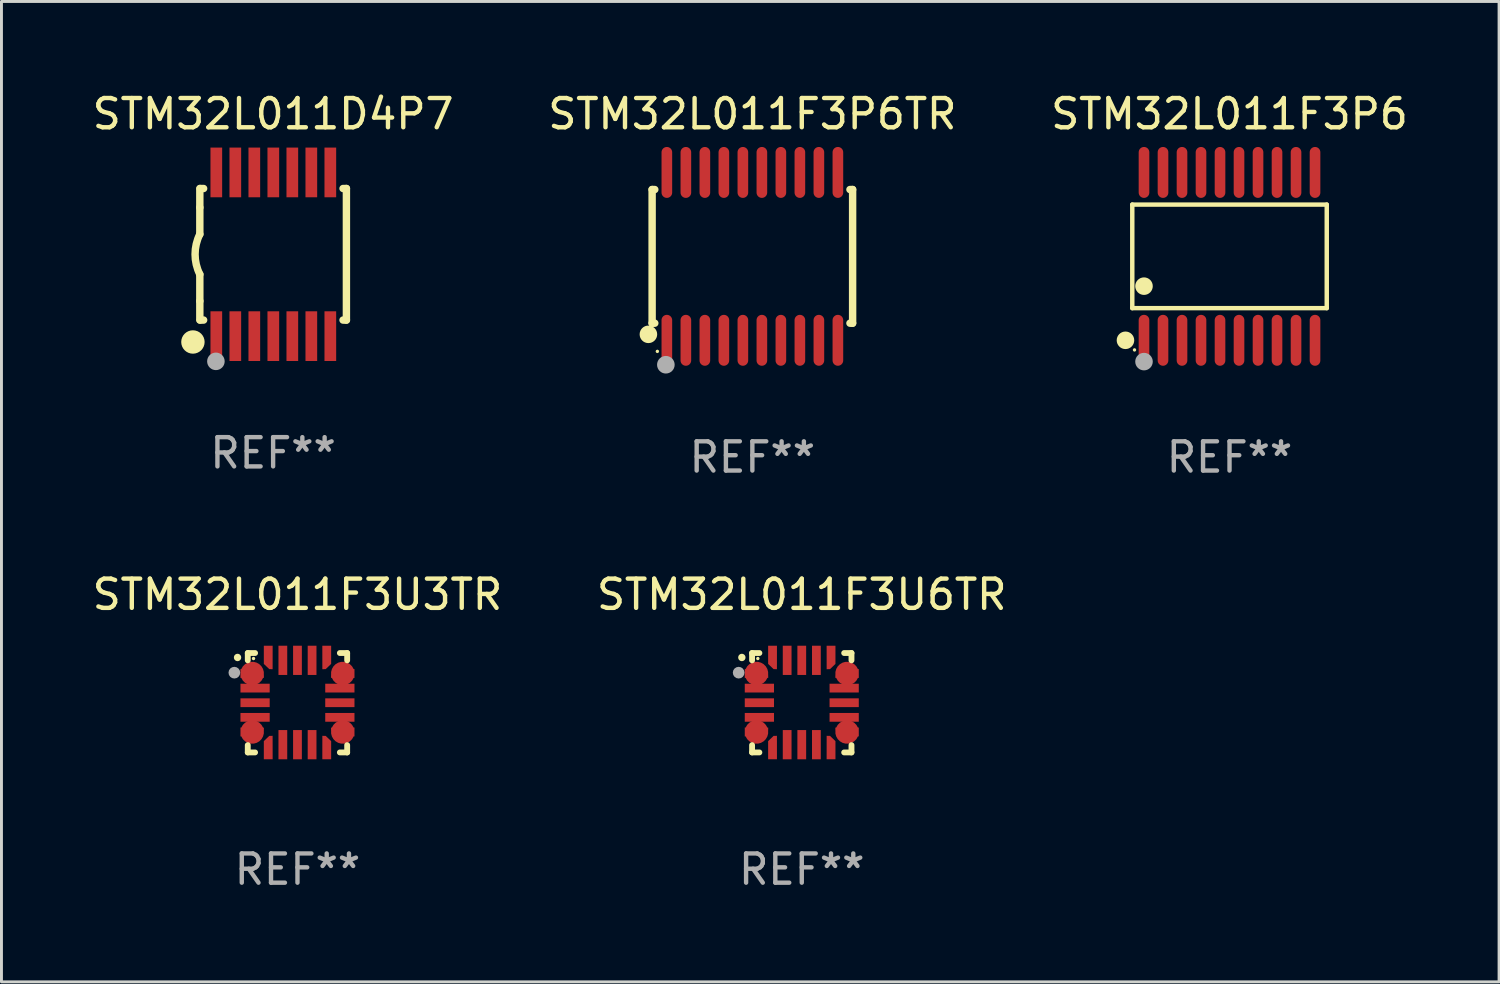
<source format=kicad_pcb>
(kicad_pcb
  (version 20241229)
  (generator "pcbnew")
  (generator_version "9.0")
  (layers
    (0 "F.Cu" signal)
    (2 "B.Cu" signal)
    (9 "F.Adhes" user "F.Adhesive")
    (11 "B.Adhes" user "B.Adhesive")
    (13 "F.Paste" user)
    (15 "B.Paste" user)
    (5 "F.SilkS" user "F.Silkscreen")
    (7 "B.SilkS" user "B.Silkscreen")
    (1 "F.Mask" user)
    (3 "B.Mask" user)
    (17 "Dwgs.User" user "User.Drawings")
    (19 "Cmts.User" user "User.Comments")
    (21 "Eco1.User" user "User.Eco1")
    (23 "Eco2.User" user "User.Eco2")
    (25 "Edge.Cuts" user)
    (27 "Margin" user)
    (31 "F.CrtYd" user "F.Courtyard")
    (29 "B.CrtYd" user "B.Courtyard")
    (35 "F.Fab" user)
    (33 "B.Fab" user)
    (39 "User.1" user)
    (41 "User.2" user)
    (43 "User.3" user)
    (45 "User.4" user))
  (footprint "STM32L011F3U3TR"
    (layer "F.Cu")
    (at 7.125 20.987)
    (property "Reference" "STM32L011F3U3TR" (at 0 -3.7 0) (layer "F.SilkS") (effects (font (size 1 1) (thickness 0.15))))
    (attr through_hole)
    (fp_line (start -1.7 -1.7) (end -1.45 -1.7) (stroke (width 0.2) (type solid)) (layer "F.SilkS"))
    (fp_line (start -1.7 -1.45) (end -1.7 -1.7) (stroke (width 0.2) (type solid)) (layer "F.SilkS"))
    (fp_line (start -1.7 1.45) (end -1.7 1.7) (stroke (width 0.2) (type solid)) (layer "F.SilkS"))
    (fp_line (start -1.7 1.7) (end -1.45 1.7) (stroke (width 0.2) (type solid)) (layer "F.SilkS"))
    (fp_line (start 1.45 -1.7) (end 1.7 -1.7) (stroke (width 0.2) (type solid)) (layer "F.SilkS"))
    (fp_line (start 1.45 1.7) (end 1.7 1.7) (stroke (width 0.2) (type solid)) (layer "F.SilkS"))
    (fp_line (start 1.7 -1.7) (end 1.7 -1.45) (stroke (width 0.2) (type solid)) (layer "F.SilkS"))
    (fp_line (start 1.7 1.7) (end 1.7 1.45) (stroke (width 0.2) (type solid)) (layer "F.SilkS"))
    (fp_arc (start -2.049784 -1.546863) (mid -2.04979 -1.548133) (end -2.049784 -1.549403) (stroke (width 0.25) (type solid)) (layer "F.SilkS"))
    (fp_circle (center -1.503 -1.512) (end -1.473 -1.512) (stroke (width 0.06) (type solid)) (fill no) (layer "F.SilkS"))
    (fp_circle (center -2.159 -1.028) (end -2.059 -1.028) (stroke (width 0.2) (type solid)) (fill no) (layer "F.Fab"))
    (fp_text user "REF**" (at 0 5.7 0) (layer "F.Fab") (effects (font (size 1 1) (thickness 0.15))))
    (pad "1" smd custom (at -1.549 -1) (size 0.803 0.302) (layers "F.Cu" "F.Mask" "F.Paste") (options (anchor circle)) (primitives (gr_poly (pts (xy -0.401 -0.151) (xy 0.221 -0.151) (xy 0.399 0.036) (xy 0.401 0.15) (xy -0.401 0.151)) (width 0) (fill yes))))
    (pad "2" smd rect (at -1.45 -0.5 90) (size 0.3 1) (layers "F.Cu" "F.Mask" "F.Paste"))
    (pad "3" smd rect (at -1.45 0 90) (size 0.3 1) (layers "F.Cu" "F.Mask" "F.Paste"))
    (pad "4" smd rect (at -1.45 0.5 90) (size 0.3 1) (layers "F.Cu" "F.Mask" "F.Paste"))
    (pad "5" smd custom (at -1.549 1.001) (size 0.803 0.302) (layers "F.Cu" "F.Mask" "F.Paste") (options (anchor circle)) (primitives (gr_poly (pts (xy -0.401 0.151) (xy 0.221 0.151) (xy 0.399 -0.037) (xy 0.401 -0.15) (xy -0.401 -0.152)) (width 0) (fill yes))))
    (pad "6" smd custom (at -1 1.552) (size 0.302 0.803) (layers "F.Cu" "F.Mask" "F.Paste") (options (anchor circle)) (primitives (gr_poly (pts (xy -0.151 0.383) (xy -0.151 -0.239) (xy 0.036 -0.418) (xy 0.15 -0.42) (xy 0.151 0.383)) (width 0) (fill yes))))
    (pad "7" smd rect (at -0.5 1.435) (size 0.3 1) (layers "F.Cu" "F.Mask" "F.Paste"))
    (pad "8" smd rect (at 0 1.435) (size 0.3 1) (layers "F.Cu" "F.Mask" "F.Paste"))
    (pad "9" smd rect (at 0.5 1.435) (size 0.3 1) (layers "F.Cu" "F.Mask" "F.Paste"))
    (pad "10" smd custom (at 1.001 1.552) (size 0.302 0.803) (layers "F.Cu" "F.Mask" "F.Paste") (options (anchor circle)) (primitives (gr_poly (pts (xy 0.151 0.383) (xy 0.151 -0.239) (xy -0.036 -0.418) (xy -0.15 -0.42) (xy -0.151 0.383)) (width 0) (fill yes))))
    (pad "11" smd custom (at 1.549 1.001) (size 0.803 0.302) (layers "F.Cu" "F.Mask" "F.Paste") (options (anchor circle)) (primitives (gr_poly (pts (xy 0.401 0.151) (xy -0.221 0.151) (xy -0.399 -0.037) (xy -0.401 -0.15) (xy 0.401 -0.152)) (width 0) (fill yes))))
    (pad "12" smd rect (at 1.45 0.5 90) (size 0.3 1) (layers "F.Cu" "F.Mask" "F.Paste"))
    (pad "13" smd rect (at 1.45 0 90) (size 0.3 1) (layers "F.Cu" "F.Mask" "F.Paste"))
    (pad "14" smd rect (at 1.45 -0.5 90) (size 0.3 1) (layers "F.Cu" "F.Mask" "F.Paste"))
    (pad "15" smd custom (at 1.549 -1) (size 0.803 0.302) (layers "F.Cu" "F.Mask" "F.Paste") (options (anchor circle)) (primitives (gr_poly (pts (xy 0.401 -0.151) (xy -0.221 -0.151) (xy -0.399 0.036) (xy -0.401 0.15) (xy 0.401 0.151)) (width 0) (fill yes))))
    (pad "16" smd custom (at 1.001 -1.567) (size 0.302 0.803) (layers "F.Cu" "F.Mask" "F.Paste") (options (anchor circle)) (primitives (gr_poly (pts (xy 0.151 -0.383) (xy 0.151 0.239) (xy -0.036 0.418) (xy -0.15 0.42) (xy -0.151 -0.383)) (width 0) (fill yes))))
    (pad "17" smd rect (at 0.5 -1.45) (size 0.3 1) (layers "F.Cu" "F.Mask" "F.Paste"))
    (pad "18" smd rect (at 0 -1.45) (size 0.3 1) (layers "F.Cu" "F.Mask" "F.Paste"))
    (pad "19" smd rect (at -0.5 -1.45) (size 0.3 1) (layers "F.Cu" "F.Mask" "F.Paste"))
    (pad "20" smd custom (at -1 -1.567) (size 0.302 0.803) (layers "F.Cu" "F.Mask" "F.Paste") (options (anchor circle)) (primitives (gr_poly (pts (xy -0.151 -0.383) (xy -0.151 0.239) (xy 0.036 0.418) (xy 0.15 0.42) (xy 0.151 -0.383)) (width 0) (fill yes)))))
  (footprint "STM32L011F3P6"
    (layer "F.Cu")
    (at 39.006 5.719)
    (property "Reference" "STM32L011F3P6" (at 0 -4.871 0) (layer "F.SilkS") (effects (font (size 1 1) (thickness 0.15))))
    (attr through_hole)
    (fp_line (start -3.326 -1.771) (end 3.326 -1.771) (stroke (width 0.152) (type solid)) (layer "F.SilkS"))
    (fp_line (start -3.326 1.771) (end -3.326 -1.771) (stroke (width 0.152) (type solid)) (layer "F.SilkS"))
    (fp_line (start 3.326 -1.771) (end 3.326 1.771) (stroke (width 0.152) (type solid)) (layer "F.SilkS"))
    (fp_line (start 3.326 1.771) (end -3.326 1.771) (stroke (width 0.152) (type solid)) (layer "F.SilkS"))
    (fp_circle (center -3.559 2.871) (end -3.409 2.871) (stroke (width 0.3) (type solid)) (fill no) (layer "F.SilkS"))
    (fp_circle (center -3.25 3.2) (end -3.22 3.2) (stroke (width 0.06) (type solid)) (fill no) (layer "F.SilkS"))
    (fp_circle (center -2.925 1.019) (end -2.775 1.019) (stroke (width 0.3) (type solid)) (fill no) (layer "F.SilkS"))
    (fp_circle (center -2.925 3.6) (end -2.775 3.6) (stroke (width 0.3) (type solid)) (fill no) (layer "F.Fab"))
    (fp_text user "REF**" (at 0 6.871 0) (layer "F.Fab") (effects (font (size 1 1) (thickness 0.15))))
    (pad "1" smd oval (at -2.925 2.871) (size 0.364 1.742) (layers "F.Cu" "F.Mask" "F.Paste"))
    (pad "2" smd oval (at -2.275 2.871) (size 0.364 1.742) (layers "F.Cu" "F.Mask" "F.Paste"))
    (pad "3" smd oval (at -1.625 2.871) (size 0.364 1.742) (layers "F.Cu" "F.Mask" "F.Paste"))
    (pad "4" smd oval (at -0.975 2.871) (size 0.364 1.742) (layers "F.Cu" "F.Mask" "F.Paste"))
    (pad "5" smd oval (at -0.325 2.871) (size 0.364 1.742) (layers "F.Cu" "F.Mask" "F.Paste"))
    (pad "6" smd oval (at 0.325 2.871) (size 0.364 1.742) (layers "F.Cu" "F.Mask" "F.Paste"))
    (pad "7" smd oval (at 0.975 2.871) (size 0.364 1.742) (layers "F.Cu" "F.Mask" "F.Paste"))
    (pad "8" smd oval (at 1.625 2.871) (size 0.364 1.742) (layers "F.Cu" "F.Mask" "F.Paste"))
    (pad "9" smd oval (at 2.275 2.871) (size 0.364 1.742) (layers "F.Cu" "F.Mask" "F.Paste"))
    (pad "10" smd oval (at 2.925 2.871) (size 0.364 1.742) (layers "F.Cu" "F.Mask" "F.Paste"))
    (pad "11" smd oval (at 2.925 -2.871) (size 0.364 1.742) (layers "F.Cu" "F.Mask" "F.Paste"))
    (pad "12" smd oval (at 2.275 -2.871) (size 0.364 1.742) (layers "F.Cu" "F.Mask" "F.Paste"))
    (pad "13" smd oval (at 1.625 -2.871) (size 0.364 1.742) (layers "F.Cu" "F.Mask" "F.Paste"))
    (pad "14" smd oval (at 0.975 -2.871) (size 0.364 1.742) (layers "F.Cu" "F.Mask" "F.Paste"))
    (pad "15" smd oval (at 0.325 -2.871) (size 0.364 1.742) (layers "F.Cu" "F.Mask" "F.Paste"))
    (pad "16" smd oval (at -0.325 -2.871) (size 0.364 1.742) (layers "F.Cu" "F.Mask" "F.Paste"))
    (pad "17" smd oval (at -0.975 -2.871) (size 0.364 1.742) (layers "F.Cu" "F.Mask" "F.Paste"))
    (pad "18" smd oval (at -1.625 -2.871) (size 0.364 1.742) (layers "F.Cu" "F.Mask" "F.Paste"))
    (pad "19" smd oval (at -2.275 -2.871) (size 0.364 1.742) (layers "F.Cu" "F.Mask" "F.Paste"))
    (pad "20" smd oval (at -2.925 -2.871) (size 0.364 1.742) (layers "F.Cu" "F.Mask" "F.Paste")))
  (footprint "STM32L011F3U6TR"
    (layer "F.Cu")
    (at 24.375 20.987)
    (property "Reference" "STM32L011F3U6TR" (at 0 -3.7 0) (layer "F.SilkS") (effects (font (size 1 1) (thickness 0.15))))
    (attr through_hole)
    (fp_line (start -1.7 -1.7) (end -1.45 -1.7) (stroke (width 0.2) (type solid)) (layer "F.SilkS"))
    (fp_line (start -1.7 -1.45) (end -1.7 -1.7) (stroke (width 0.2) (type solid)) (layer "F.SilkS"))
    (fp_line (start -1.7 1.45) (end -1.7 1.7) (stroke (width 0.2) (type solid)) (layer "F.SilkS"))
    (fp_line (start -1.7 1.7) (end -1.45 1.7) (stroke (width 0.2) (type solid)) (layer "F.SilkS"))
    (fp_line (start 1.45 -1.7) (end 1.7 -1.7) (stroke (width 0.2) (type solid)) (layer "F.SilkS"))
    (fp_line (start 1.45 1.7) (end 1.7 1.7) (stroke (width 0.2) (type solid)) (layer "F.SilkS"))
    (fp_line (start 1.7 -1.7) (end 1.7 -1.45) (stroke (width 0.2) (type solid)) (layer "F.SilkS"))
    (fp_line (start 1.7 1.7) (end 1.7 1.45) (stroke (width 0.2) (type solid)) (layer "F.SilkS"))
    (fp_arc (start -2.049784 -1.546863) (mid -2.04979 -1.548133) (end -2.049784 -1.549403) (stroke (width 0.25) (type solid)) (layer "F.SilkS"))
    (fp_circle (center -1.503 -1.512) (end -1.473 -1.512) (stroke (width 0.06) (type solid)) (fill no) (layer "F.SilkS"))
    (fp_circle (center -2.159 -1.028) (end -2.059 -1.028) (stroke (width 0.2) (type solid)) (fill no) (layer "F.Fab"))
    (fp_text user "REF**" (at 0 5.7 0) (layer "F.Fab") (effects (font (size 1 1) (thickness 0.15))))
    (pad "1" smd custom (at -1.549 -1) (size 0.803 0.302) (layers "F.Cu" "F.Mask" "F.Paste") (options (anchor circle)) (primitives (gr_poly (pts (xy -0.401 -0.151) (xy 0.221 -0.151) (xy 0.399 0.036) (xy 0.401 0.15) (xy -0.401 0.151)) (width 0) (fill yes))))
    (pad "2" smd rect (at -1.45 -0.5 90) (size 0.3 1) (layers "F.Cu" "F.Mask" "F.Paste"))
    (pad "3" smd rect (at -1.45 0 90) (size 0.3 1) (layers "F.Cu" "F.Mask" "F.Paste"))
    (pad "4" smd rect (at -1.45 0.5 90) (size 0.3 1) (layers "F.Cu" "F.Mask" "F.Paste"))
    (pad "5" smd custom (at -1.549 1.001) (size 0.803 0.302) (layers "F.Cu" "F.Mask" "F.Paste") (options (anchor circle)) (primitives (gr_poly (pts (xy -0.401 0.151) (xy 0.221 0.151) (xy 0.399 -0.037) (xy 0.401 -0.15) (xy -0.401 -0.152)) (width 0) (fill yes))))
    (pad "6" smd custom (at -1 1.552) (size 0.302 0.803) (layers "F.Cu" "F.Mask" "F.Paste") (options (anchor circle)) (primitives (gr_poly (pts (xy -0.151 0.383) (xy -0.151 -0.239) (xy 0.036 -0.418) (xy 0.15 -0.42) (xy 0.151 0.383)) (width 0) (fill yes))))
    (pad "7" smd rect (at -0.5 1.435) (size 0.3 1) (layers "F.Cu" "F.Mask" "F.Paste"))
    (pad "8" smd rect (at 0 1.435) (size 0.3 1) (layers "F.Cu" "F.Mask" "F.Paste"))
    (pad "9" smd rect (at 0.5 1.435) (size 0.3 1) (layers "F.Cu" "F.Mask" "F.Paste"))
    (pad "10" smd custom (at 1.001 1.552) (size 0.302 0.803) (layers "F.Cu" "F.Mask" "F.Paste") (options (anchor circle)) (primitives (gr_poly (pts (xy 0.151 0.383) (xy 0.151 -0.239) (xy -0.036 -0.418) (xy -0.15 -0.42) (xy -0.151 0.383)) (width 0) (fill yes))))
    (pad "11" smd custom (at 1.549 1.001) (size 0.803 0.302) (layers "F.Cu" "F.Mask" "F.Paste") (options (anchor circle)) (primitives (gr_poly (pts (xy 0.401 0.151) (xy -0.221 0.151) (xy -0.399 -0.037) (xy -0.401 -0.15) (xy 0.401 -0.152)) (width 0) (fill yes))))
    (pad "12" smd rect (at 1.45 0.5 90) (size 0.3 1) (layers "F.Cu" "F.Mask" "F.Paste"))
    (pad "13" smd rect (at 1.45 0 90) (size 0.3 1) (layers "F.Cu" "F.Mask" "F.Paste"))
    (pad "14" smd rect (at 1.45 -0.5 90) (size 0.3 1) (layers "F.Cu" "F.Mask" "F.Paste"))
    (pad "15" smd custom (at 1.549 -1) (size 0.803 0.302) (layers "F.Cu" "F.Mask" "F.Paste") (options (anchor circle)) (primitives (gr_poly (pts (xy 0.401 -0.151) (xy -0.221 -0.151) (xy -0.399 0.036) (xy -0.401 0.15) (xy 0.401 0.151)) (width 0) (fill yes))))
    (pad "16" smd custom (at 1.001 -1.567) (size 0.302 0.803) (layers "F.Cu" "F.Mask" "F.Paste") (options (anchor circle)) (primitives (gr_poly (pts (xy 0.151 -0.383) (xy 0.151 0.239) (xy -0.036 0.418) (xy -0.15 0.42) (xy -0.151 -0.383)) (width 0) (fill yes))))
    (pad "17" smd rect (at 0.5 -1.45) (size 0.3 1) (layers "F.Cu" "F.Mask" "F.Paste"))
    (pad "18" smd rect (at 0 -1.45) (size 0.3 1) (layers "F.Cu" "F.Mask" "F.Paste"))
    (pad "19" smd rect (at -0.5 -1.45) (size 0.3 1) (layers "F.Cu" "F.Mask" "F.Paste"))
    (pad "20" smd custom (at -1 -1.567) (size 0.302 0.803) (layers "F.Cu" "F.Mask" "F.Paste") (options (anchor circle)) (primitives (gr_poly (pts (xy -0.151 -0.383) (xy -0.151 0.239) (xy 0.036 0.418) (xy 0.15 0.42) (xy 0.151 -0.383)) (width 0) (fill yes)))))
  (footprint "STM32L011D4P7"
    (layer "F.Cu")
    (at 6.292 5.648)
    (property "Reference" "STM32L011D4P7" (at 0 -4.8 0) (layer "F.SilkS") (effects (font (size 1 1) (thickness 0.15))))
    (attr through_hole)
    (fp_line (start -2.507 -1.6) (end -2.507 -2.25) (stroke (width 0.254) (type solid)) (layer "F.SilkS"))
    (fp_line (start -2.507 -0.686) (end -2.507 -1.6) (stroke (width 0.254) (type solid)) (layer "F.SilkS"))
    (fp_line (start -2.507 1.6) (end -2.507 0.686) (stroke (width 0.254) (type solid)) (layer "F.SilkS"))
    (fp_line (start -2.507 1.6) (end -2.507 2.25) (stroke (width 0.254) (type solid)) (layer "F.SilkS"))
    (fp_line (start -2.493 -2.25) (end -2.377 -2.25) (stroke (width 0.254) (type solid)) (layer "F.SilkS"))
    (fp_line (start -2.377 2.25) (end -2.493 2.25) (stroke (width 0.254) (type solid)) (layer "F.SilkS"))
    (fp_line (start 2.392 -2.25) (end 2.507 -2.25) (stroke (width 0.254) (type solid)) (layer "F.SilkS"))
    (fp_line (start 2.507 -2.25) (end 2.507 2.25) (stroke (width 0.254) (type solid)) (layer "F.SilkS"))
    (fp_line (start 2.507 2.25) (end 2.392 2.25) (stroke (width 0.254) (type solid)) (layer "F.SilkS"))
    (fp_arc (start -2.507303 0.685802) (mid -2.669199 0) (end -2.507303 -0.685801) (stroke (width 0.254001) (type solid)) (layer "F.SilkS"))
    (fp_circle (center -2.743 3) (end -2.543 3) (stroke (width 0.4) (type solid)) (fill no) (layer "F.SilkS"))
    (fp_circle (center -2.493 3.2) (end -2.463 3.2) (stroke (width 0.06) (type solid)) (fill no) (layer "F.SilkS"))
    (fp_circle (center -1.957 3.662) (end -1.807 3.662) (stroke (width 0.3) (type solid)) (fill no) (layer "F.Fab"))
    (fp_text user "REF**" (at 0 6.8 0) (layer "F.Fab") (effects (font (size 1 1) (thickness 0.15))))
    (pad "1" smd rect (at -1.943 2.8) (size 0.4 1.7) (layers "F.Cu" "F.Mask" "F.Paste"))
    (pad "2" smd rect (at -1.293 2.8) (size 0.4 1.7) (layers "F.Cu" "F.Mask" "F.Paste"))
    (pad "3" smd rect (at -0.643 2.8) (size 0.4 1.7) (layers "F.Cu" "F.Mask" "F.Paste"))
    (pad "4" smd rect (at 0.007 2.8) (size 0.4 1.7) (layers "F.Cu" "F.Mask" "F.Paste"))
    (pad "5" smd rect (at 0.657 2.8) (size 0.4 1.7) (layers "F.Cu" "F.Mask" "F.Paste"))
    (pad "6" smd rect (at 1.307 2.8) (size 0.4 1.7) (layers "F.Cu" "F.Mask" "F.Paste"))
    (pad "7" smd rect (at 1.957 2.8) (size 0.4 1.7) (layers "F.Cu" "F.Mask" "F.Paste"))
    (pad "8" smd rect (at 1.957 -2.8) (size 0.4 1.7) (layers "F.Cu" "F.Mask" "F.Paste"))
    (pad "9" smd rect (at 1.307 -2.8) (size 0.4 1.7) (layers "F.Cu" "F.Mask" "F.Paste"))
    (pad "10" smd rect (at 0.657 -2.8) (size 0.4 1.7) (layers "F.Cu" "F.Mask" "F.Paste"))
    (pad "11" smd rect (at 0.007 -2.8) (size 0.4 1.7) (layers "F.Cu" "F.Mask" "F.Paste"))
    (pad "12" smd rect (at -0.643 -2.8) (size 0.4 1.7) (layers "F.Cu" "F.Mask" "F.Paste"))
    (pad "13" smd rect (at -1.293 -2.8) (size 0.4 1.7) (layers "F.Cu" "F.Mask" "F.Paste"))
    (pad "14" smd rect (at -1.943 -2.8) (size 0.4 1.7) (layers "F.Cu" "F.Mask" "F.Paste")))
  (footprint "STM32L011F3P6TR"
    (layer "F.Cu")
    (at 22.685 5.719)
    (property "Reference" "STM32L011F3P6TR" (at 0 -4.871 0) (layer "F.SilkS") (effects (font (size 1 1) (thickness 0.15))))
    (attr through_hole)
    (fp_line (start -3.429 -2.286) (end -3.429 2.286) (stroke (width 0.254) (type solid)) (layer "F.SilkS"))
    (fp_line (start -3.429 2.286) (end -3.338 2.286) (stroke (width 0.254) (type solid)) (layer "F.SilkS"))
    (fp_line (start -3.338 -2.286) (end -3.429 -2.286) (stroke (width 0.254) (type solid)) (layer "F.SilkS"))
    (fp_line (start 3.338 -2.286) (end 3.429 -2.286) (stroke (width 0.254) (type solid)) (layer "F.SilkS"))
    (fp_line (start 3.429 -2.286) (end 3.429 2.286) (stroke (width 0.254) (type solid)) (layer "F.SilkS"))
    (fp_line (start 3.429 2.286) (end 3.338 2.286) (stroke (width 0.254) (type solid)) (layer "F.SilkS"))
    (fp_circle (center -3.556 2.667) (end -3.406 2.667) (stroke (width 0.3) (type solid)) (fill no) (layer "F.SilkS"))
    (fp_circle (center -3.25 3.25) (end -3.22 3.25) (stroke (width 0.06) (type solid)) (fill no) (layer "F.SilkS"))
    (fp_circle (center -2.959 3.707) (end -2.808 3.707) (stroke (width 0.3) (type solid)) (fill no) (layer "F.Fab"))
    (fp_text user "REF**" (at 0 6.871 0) (layer "F.Fab") (effects (font (size 1 1) (thickness 0.15))))
    (pad "1" smd oval (at -2.925 2.871) (size 0.364 1.742) (layers "F.Cu" "F.Mask" "F.Paste"))
    (pad "2" smd oval (at -2.275 2.871) (size 0.364 1.742) (layers "F.Cu" "F.Mask" "F.Paste"))
    (pad "3" smd oval (at -1.625 2.871) (size 0.364 1.742) (layers "F.Cu" "F.Mask" "F.Paste"))
    (pad "4" smd oval (at -0.975 2.871) (size 0.364 1.742) (layers "F.Cu" "F.Mask" "F.Paste"))
    (pad "5" smd oval (at -0.325 2.871) (size 0.364 1.742) (layers "F.Cu" "F.Mask" "F.Paste"))
    (pad "6" smd oval (at 0.325 2.871) (size 0.364 1.742) (layers "F.Cu" "F.Mask" "F.Paste"))
    (pad "7" smd oval (at 0.975 2.871) (size 0.364 1.742) (layers "F.Cu" "F.Mask" "F.Paste"))
    (pad "8" smd oval (at 1.625 2.871) (size 0.364 1.742) (layers "F.Cu" "F.Mask" "F.Paste"))
    (pad "9" smd oval (at 2.275 2.871) (size 0.364 1.742) (layers "F.Cu" "F.Mask" "F.Paste"))
    (pad "10" smd oval (at 2.925 2.871) (size 0.364 1.742) (layers "F.Cu" "F.Mask" "F.Paste"))
    (pad "11" smd oval (at 2.925 -2.871) (size 0.364 1.742) (layers "F.Cu" "F.Mask" "F.Paste"))
    (pad "12" smd oval (at 2.275 -2.871) (size 0.364 1.742) (layers "F.Cu" "F.Mask" "F.Paste"))
    (pad "13" smd oval (at 1.625 -2.871) (size 0.364 1.742) (layers "F.Cu" "F.Mask" "F.Paste"))
    (pad "14" smd oval (at 0.975 -2.871) (size 0.364 1.742) (layers "F.Cu" "F.Mask" "F.Paste"))
    (pad "15" smd oval (at 0.325 -2.871) (size 0.364 1.742) (layers "F.Cu" "F.Mask" "F.Paste"))
    (pad "16" smd oval (at -0.325 -2.871) (size 0.364 1.742) (layers "F.Cu" "F.Mask" "F.Paste"))
    (pad "17" smd oval (at -0.975 -2.871) (size 0.364 1.742) (layers "F.Cu" "F.Mask" "F.Paste"))
    (pad "18" smd oval (at -1.625 -2.871) (size 0.364 1.742) (layers "F.Cu" "F.Mask" "F.Paste"))
    (pad "19" smd oval (at -2.275 -2.871) (size 0.364 1.742) (layers "F.Cu" "F.Mask" "F.Paste"))
    (pad "20" smd oval (at -2.925 -2.871) (size 0.364 1.742) (layers "F.Cu" "F.Mask" "F.Paste")))
  (gr_rect
    (start -3 -3)
    (end 48.226 30.535)
    (stroke (width 0.1) (type default))
    (fill no)
    (layer "Edge.Cuts")))
</source>
